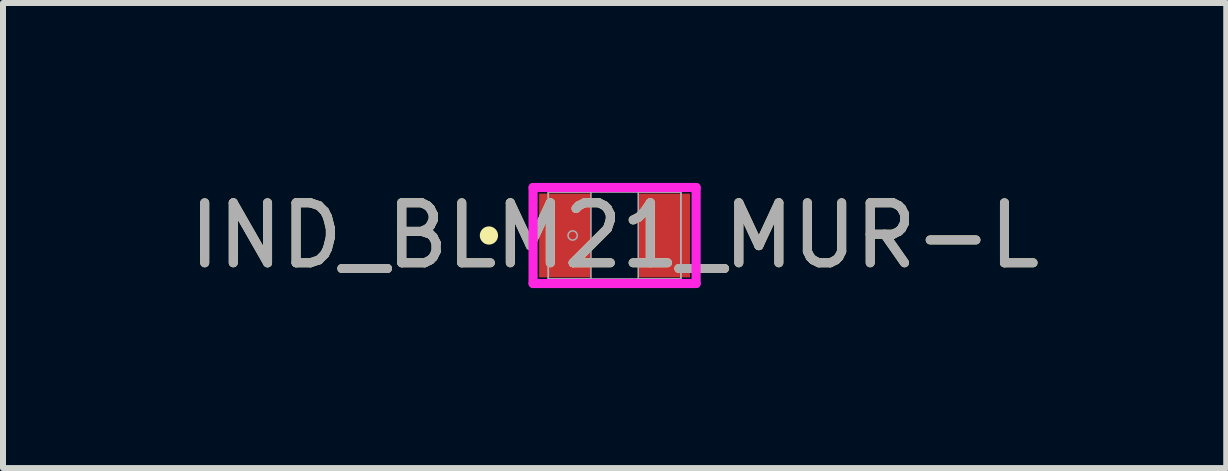
<source format=kicad_pcb>
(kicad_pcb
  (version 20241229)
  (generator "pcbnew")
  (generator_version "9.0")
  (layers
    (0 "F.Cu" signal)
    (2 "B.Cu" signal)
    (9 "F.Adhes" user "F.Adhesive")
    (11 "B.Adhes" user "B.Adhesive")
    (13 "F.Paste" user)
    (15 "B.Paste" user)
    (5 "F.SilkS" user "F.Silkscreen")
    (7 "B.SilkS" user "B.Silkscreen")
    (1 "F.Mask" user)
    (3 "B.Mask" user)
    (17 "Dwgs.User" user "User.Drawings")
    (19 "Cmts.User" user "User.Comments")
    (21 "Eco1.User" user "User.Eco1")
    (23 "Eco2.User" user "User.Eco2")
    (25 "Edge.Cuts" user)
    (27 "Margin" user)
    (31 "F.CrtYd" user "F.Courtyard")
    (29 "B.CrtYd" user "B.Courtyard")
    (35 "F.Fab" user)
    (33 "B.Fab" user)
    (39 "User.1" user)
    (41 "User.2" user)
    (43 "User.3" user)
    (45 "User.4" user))
  (footprint "IND_BLM21_MUR-L"
    (layer "F.Cu")
    (at 7.196 0.876)
    (property "Reference" "IND_BLM21_MUR-L" (at 0 0 0) (unlocked yes) (layer "F.SilkS") (effects (font (size 1 1) (thickness 0.15))))
    (attr smd)
    (fp_circle (center -2.095 0) (end -2.019 0) (stroke (width 0.152) (type solid)) (fill no) (layer "F.SilkS"))
    (fp_line (start -1.359 -0.8) (end 1.359 -0.8) (stroke (width 0.152) (type solid)) (layer "F.CrtYd"))
    (fp_line (start -1.359 0.8) (end -1.359 -0.8) (stroke (width 0.152) (type solid)) (layer "F.CrtYd"))
    (fp_line (start 1.359 -0.8) (end 1.359 0.8) (stroke (width 0.152) (type solid)) (layer "F.CrtYd"))
    (fp_line (start 1.359 0.8) (end -1.359 0.8) (stroke (width 0.152) (type solid)) (layer "F.CrtYd"))
    (fp_line (start -1.105 -0.724) (end -1.105 0.724) (stroke (width 0.025) (type solid)) (layer "F.Fab"))
    (fp_line (start -1.105 -0.724) (end -1.105 0.724) (stroke (width 0.025) (type solid)) (layer "F.Fab"))
    (fp_line (start -1.105 0.724) (end -0.394 0.724) (stroke (width 0.025) (type solid)) (layer "F.Fab"))
    (fp_line (start -1.105 0.724) (end 1.105 0.724) (stroke (width 0.025) (type solid)) (layer "F.Fab"))
    (fp_line (start -0.394 -0.724) (end -1.105 -0.724) (stroke (width 0.025) (type solid)) (layer "F.Fab"))
    (fp_line (start -0.394 0.724) (end -0.394 -0.724) (stroke (width 0.025) (type solid)) (layer "F.Fab"))
    (fp_line (start 0.394 -0.724) (end 0.394 0.724) (stroke (width 0.025) (type solid)) (layer "F.Fab"))
    (fp_line (start 0.394 0.724) (end 1.105 0.724) (stroke (width 0.025) (type solid)) (layer "F.Fab"))
    (fp_line (start 1.105 -0.724) (end -1.105 -0.724) (stroke (width 0.025) (type solid)) (layer "F.Fab"))
    (fp_line (start 1.105 -0.724) (end 0.394 -0.724) (stroke (width 0.025) (type solid)) (layer "F.Fab"))
    (fp_line (start 1.105 0.724) (end 1.105 -0.724) (stroke (width 0.025) (type solid)) (layer "F.Fab"))
    (fp_line (start 1.105 0.724) (end 1.105 -0.724) (stroke (width 0.025) (type solid)) (layer "F.Fab"))
    (fp_circle (center -0.699 0) (end -0.622 0) (stroke (width 0.025) (type solid)) (fill no) (layer "F.Fab"))
    (fp_text user "${REFERENCE}" (at 0 0 0) (unlocked yes) (layer "F.Fab") (effects (font (size 1 1) (thickness 0.15))))
    (pad "1" smd rect (at -0.826 0) (size 0.864 1.397) (layers "F.Cu" "F.Mask" "F.Paste"))
    (pad "2" smd rect (at 0.826 0) (size 0.864 1.397) (layers "F.Cu" "F.Mask" "F.Paste"))
    (zone (net_name "") (layer "F.Cu") (hatch full 0.508) (connect_pads) (min_thickness 0.254) (filled_areas_thickness no) (keepout (tracks not_allowed) (vias not_allowed) (pads allowed) (copperpour not_allowed) (footprints allowed)) (placement (enabled no)) (fill) (polygon (pts (xy 6.854 0.203) (xy 7.539 0.203) (xy 7.539 1.549) (xy 6.854 1.549)))))
  (gr_rect
    (start -3 -3)
    (end 17.393 4.753)
    (stroke (width 0.1) (type default))
    (fill no)
    (layer "Edge.Cuts")))
</source>
